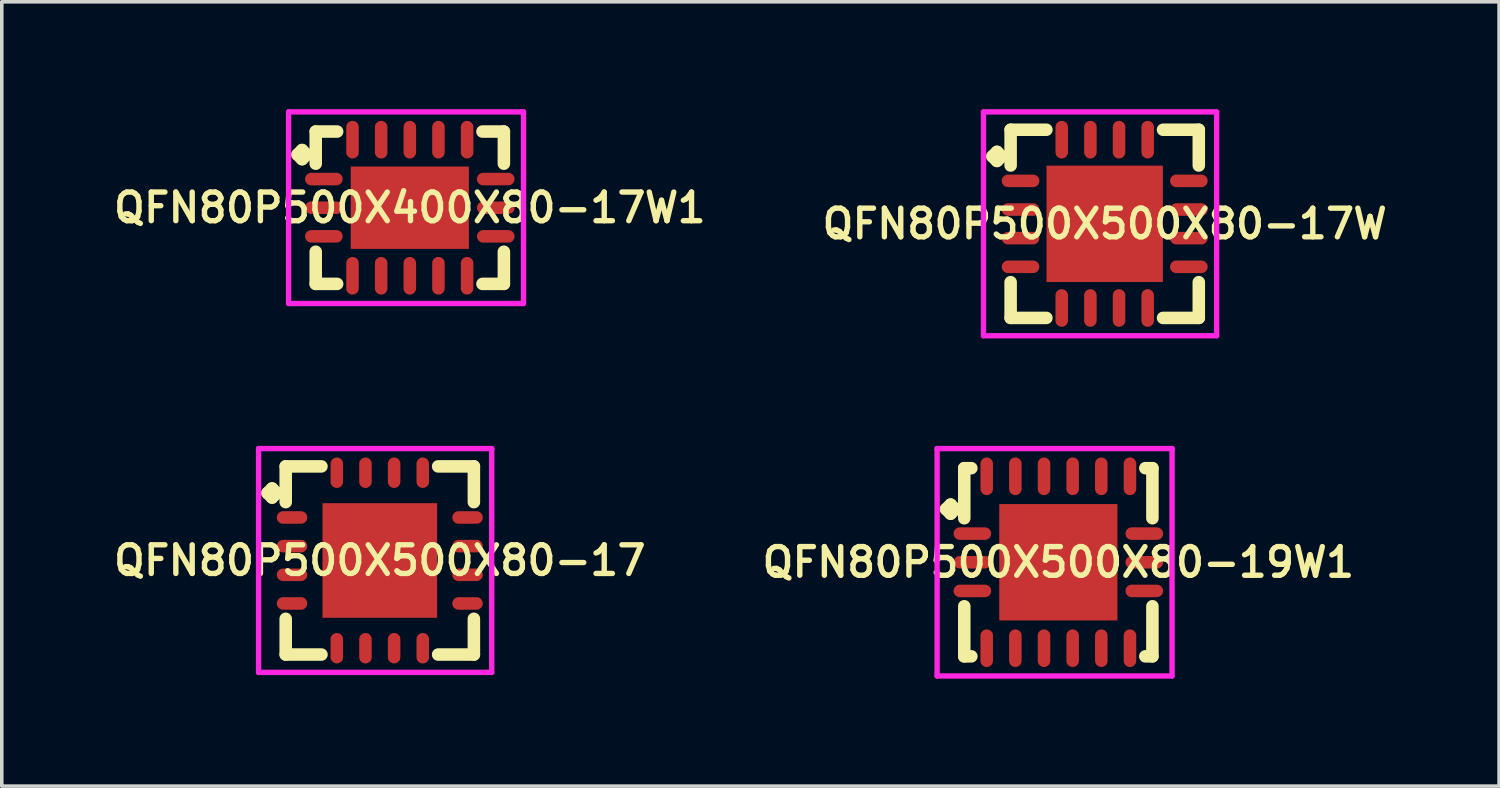
<source format=kicad_pcb>
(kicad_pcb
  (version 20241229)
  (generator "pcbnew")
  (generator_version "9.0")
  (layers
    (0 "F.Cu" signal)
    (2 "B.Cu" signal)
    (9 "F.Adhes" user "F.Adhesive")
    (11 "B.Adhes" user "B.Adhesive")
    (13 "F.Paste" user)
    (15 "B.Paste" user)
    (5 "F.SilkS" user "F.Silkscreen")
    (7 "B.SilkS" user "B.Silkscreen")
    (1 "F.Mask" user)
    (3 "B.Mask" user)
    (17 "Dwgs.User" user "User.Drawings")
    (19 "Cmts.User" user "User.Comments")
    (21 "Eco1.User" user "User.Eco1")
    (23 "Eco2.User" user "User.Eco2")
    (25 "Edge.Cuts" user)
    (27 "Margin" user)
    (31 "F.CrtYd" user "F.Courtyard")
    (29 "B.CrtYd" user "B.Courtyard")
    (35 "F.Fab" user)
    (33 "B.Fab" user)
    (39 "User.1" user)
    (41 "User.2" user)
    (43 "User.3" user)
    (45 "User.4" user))
  (footprint "QFN80P500X500X80-17"
    (layer "F.Cu")
    (at 7.555 12.6)
    (property "Reference" "QFN80P500X500X80-17" (at 0 0 0) (layer "F.SilkS") (effects (font (size 0.8 0.8) (thickness 0.15))))
    (attr smd)
    (fp_line (start -3.135 -1.883) (end -3.008 -2.01) (stroke (width 0.35) (type solid)) (layer "F.SilkS"))
    (fp_line (start -3.008 -2.01) (end -2.881 -1.883) (stroke (width 0.35) (type solid)) (layer "F.SilkS"))
    (fp_line (start -3.008 -1.756) (end -3.135 -1.883) (stroke (width 0.35) (type solid)) (layer "F.SilkS"))
    (fp_line (start -2.881 -1.883) (end -3.008 -1.756) (stroke (width 0.35) (type solid)) (layer "F.SilkS"))
    (fp_line (start -2.627 -2.627) (end -1.629 -2.627) (stroke (width 0.35) (type solid)) (layer "F.SilkS"))
    (fp_line (start -2.627 -1.629) (end -2.627 -2.627) (stroke (width 0.35) (type solid)) (layer "F.SilkS"))
    (fp_line (start -2.627 1.629) (end -2.627 2.627) (stroke (width 0.35) (type solid)) (layer "F.SilkS"))
    (fp_line (start -2.627 2.627) (end -1.629 2.627) (stroke (width 0.35) (type solid)) (layer "F.SilkS"))
    (fp_line (start 1.629 -2.627) (end 2.627 -2.627) (stroke (width 0.35) (type solid)) (layer "F.SilkS"))
    (fp_line (start 1.629 2.627) (end 2.627 2.627) (stroke (width 0.35) (type solid)) (layer "F.SilkS"))
    (fp_line (start 2.627 -2.627) (end 2.627 -1.629) (stroke (width 0.35) (type solid)) (layer "F.SilkS"))
    (fp_line (start 2.627 2.627) (end 2.627 1.629) (stroke (width 0.35) (type solid)) (layer "F.SilkS"))
    (fp_line (start -3.385 -3.125) (end 3.125 -3.125) (stroke (width 0.15) (type solid)) (layer "F.CrtYd"))
    (fp_line (start -3.385 3.125) (end -3.385 -3.125) (stroke (width 0.15) (type solid)) (layer "F.CrtYd"))
    (fp_line (start 3.125 -3.125) (end 3.125 3.125) (stroke (width 0.15) (type solid)) (layer "F.CrtYd"))
    (fp_line (start 3.125 3.125) (end -3.385 3.125) (stroke (width 0.15) (type solid)) (layer "F.CrtYd"))
    (pad "1" smd oval (at -2.45 -1.2) (size 0.85 0.35) (layers "F.Cu" "F.Mask" "F.Paste"))
    (pad "2" smd oval (at -2.45 -0.4) (size 0.85 0.35) (layers "F.Cu" "F.Mask" "F.Paste"))
    (pad "3" smd oval (at -2.45 0.4) (size 0.85 0.35) (layers "F.Cu" "F.Mask" "F.Paste"))
    (pad "4" smd oval (at -2.45 1.2) (size 0.85 0.35) (layers "F.Cu" "F.Mask" "F.Paste"))
    (pad "5" smd oval (at -1.2 2.45) (size 0.35 0.85) (layers "F.Cu" "F.Mask" "F.Paste"))
    (pad "6" smd oval (at -0.4 2.45) (size 0.35 0.85) (layers "F.Cu" "F.Mask" "F.Paste"))
    (pad "7" smd oval (at 0.4 2.45) (size 0.35 0.85) (layers "F.Cu" "F.Mask" "F.Paste"))
    (pad "8" smd oval (at 1.2 2.45) (size 0.35 0.85) (layers "F.Cu" "F.Mask" "F.Paste"))
    (pad "9" smd oval (at 2.45 1.2) (size 0.85 0.35) (layers "F.Cu" "F.Mask" "F.Paste"))
    (pad "10" smd oval (at 2.45 0.4) (size 0.85 0.35) (layers "F.Cu" "F.Mask" "F.Paste"))
    (pad "11" smd oval (at 2.45 -0.4) (size 0.85 0.35) (layers "F.Cu" "F.Mask" "F.Paste"))
    (pad "12" smd oval (at 2.45 -1.2) (size 0.85 0.35) (layers "F.Cu" "F.Mask" "F.Paste"))
    (pad "13" smd oval (at 1.2 -2.45) (size 0.35 0.85) (layers "F.Cu" "F.Mask" "F.Paste"))
    (pad "14" smd oval (at 0.4 -2.45) (size 0.35 0.85) (layers "F.Cu" "F.Mask" "F.Paste"))
    (pad "15" smd oval (at -0.4 -2.45) (size 0.35 0.85) (layers "F.Cu" "F.Mask" "F.Paste"))
    (pad "16" smd oval (at -1.2 -2.45) (size 0.35 0.85) (layers "F.Cu" "F.Mask" "F.Paste"))
    (pad "17" smd rect (at 0 0) (size 3.2 3.2) (layers "F.Cu" "F.Mask" "F.Paste")))
  (footprint "QFN80P500X500X80-19W1"
    (layer "F.Cu")
    (at 26.502 12.65)
    (property "Reference" "QFN80P500X500X80-19W1" (at 0 0 0) (layer "F.SilkS") (effects (font (size 0.8 0.8) (thickness 0.15))))
    (attr smd)
    (fp_line (start -3.135 -1.483) (end -3.008 -1.61) (stroke (width 0.35) (type solid)) (layer "F.SilkS"))
    (fp_line (start -3.008 -1.61) (end -2.881 -1.483) (stroke (width 0.35) (type solid)) (layer "F.SilkS"))
    (fp_line (start -3.008 -1.356) (end -3.135 -1.483) (stroke (width 0.35) (type solid)) (layer "F.SilkS"))
    (fp_line (start -2.881 -1.483) (end -3.008 -1.356) (stroke (width 0.35) (type solid)) (layer "F.SilkS"))
    (fp_line (start -2.627 -2.627) (end -2.429 -2.627) (stroke (width 0.35) (type solid)) (layer "F.SilkS"))
    (fp_line (start -2.627 -1.229) (end -2.627 -2.627) (stroke (width 0.35) (type solid)) (layer "F.SilkS"))
    (fp_line (start -2.627 1.229) (end -2.627 2.627) (stroke (width 0.35) (type solid)) (layer "F.SilkS"))
    (fp_line (start -2.627 2.627) (end -2.429 2.627) (stroke (width 0.35) (type solid)) (layer "F.SilkS"))
    (fp_line (start 2.429 -2.627) (end 2.627 -2.627) (stroke (width 0.35) (type solid)) (layer "F.SilkS"))
    (fp_line (start 2.429 2.627) (end 2.627 2.627) (stroke (width 0.35) (type solid)) (layer "F.SilkS"))
    (fp_line (start 2.627 -2.627) (end 2.627 -1.229) (stroke (width 0.35) (type solid)) (layer "F.SilkS"))
    (fp_line (start 2.627 2.627) (end 2.627 1.229) (stroke (width 0.35) (type solid)) (layer "F.SilkS"))
    (fp_line (start -3.385 -3.175) (end 3.175 -3.175) (stroke (width 0.15) (type solid)) (layer "F.CrtYd"))
    (fp_line (start -3.385 3.175) (end -3.385 -3.175) (stroke (width 0.15) (type solid)) (layer "F.CrtYd"))
    (fp_line (start 3.175 -3.175) (end 3.175 3.175) (stroke (width 0.15) (type solid)) (layer "F.CrtYd"))
    (fp_line (start 3.175 3.175) (end -3.385 3.175) (stroke (width 0.15) (type solid)) (layer "F.CrtYd"))
    (pad "1" smd oval (at -2.4 -0.8) (size 1.05 0.35) (layers "F.Cu" "F.Mask" "F.Paste"))
    (pad "2" smd oval (at -2.4 0) (size 1.05 0.35) (layers "F.Cu" "F.Mask" "F.Paste"))
    (pad "3" smd oval (at -2.4 0.8) (size 1.05 0.35) (layers "F.Cu" "F.Mask" "F.Paste"))
    (pad "4" smd oval (at -2 2.4) (size 0.35 1.05) (layers "F.Cu" "F.Mask" "F.Paste"))
    (pad "5" smd oval (at -1.2 2.4) (size 0.35 1.05) (layers "F.Cu" "F.Mask" "F.Paste"))
    (pad "6" smd oval (at -0.4 2.4) (size 0.35 1.05) (layers "F.Cu" "F.Mask" "F.Paste"))
    (pad "7" smd oval (at 0.4 2.4) (size 0.35 1.05) (layers "F.Cu" "F.Mask" "F.Paste"))
    (pad "8" smd oval (at 1.2 2.4) (size 0.35 1.05) (layers "F.Cu" "F.Mask" "F.Paste"))
    (pad "9" smd oval (at 2 2.4) (size 0.35 1.05) (layers "F.Cu" "F.Mask" "F.Paste"))
    (pad "10" smd oval (at 2.4 0.8) (size 1.05 0.35) (layers "F.Cu" "F.Mask" "F.Paste"))
    (pad "11" smd oval (at 2.4 0) (size 1.05 0.35) (layers "F.Cu" "F.Mask" "F.Paste"))
    (pad "12" smd oval (at 2.4 -0.8) (size 1.05 0.35) (layers "F.Cu" "F.Mask" "F.Paste"))
    (pad "13" smd oval (at 2 -2.4) (size 0.35 1.05) (layers "F.Cu" "F.Mask" "F.Paste"))
    (pad "14" smd oval (at 1.2 -2.4) (size 0.35 1.05) (layers "F.Cu" "F.Mask" "F.Paste"))
    (pad "15" smd oval (at 0.4 -2.4) (size 0.35 1.05) (layers "F.Cu" "F.Mask" "F.Paste"))
    (pad "16" smd oval (at -0.4 -2.4) (size 0.35 1.05) (layers "F.Cu" "F.Mask" "F.Paste"))
    (pad "17" smd oval (at -1.2 -2.4) (size 0.35 1.05) (layers "F.Cu" "F.Mask" "F.Paste"))
    (pad "18" smd oval (at -2 -2.4) (size 0.35 1.05) (layers "F.Cu" "F.Mask" "F.Paste"))
    (pad "19" smd rect (at 0 0) (size 3.3 3.25) (layers "F.Cu" "F.Mask" "F.Paste")))
  (footprint "QFN80P500X400X80-17W1"
    (layer "F.Cu")
    (at 8.393 2.75)
    (property "Reference" "QFN80P500X400X80-17W1" (at 0 0 0) (layer "F.SilkS") (effects (font (size 0.8 0.8) (thickness 0.15))))
    (attr smd)
    (fp_line (start -3.135 -1.483) (end -3.008 -1.61) (stroke (width 0.35) (type solid)) (layer "F.SilkS"))
    (fp_line (start -3.008 -1.61) (end -2.881 -1.483) (stroke (width 0.35) (type solid)) (layer "F.SilkS"))
    (fp_line (start -3.008 -1.356) (end -3.135 -1.483) (stroke (width 0.35) (type solid)) (layer "F.SilkS"))
    (fp_line (start -2.881 -1.483) (end -3.008 -1.356) (stroke (width 0.35) (type solid)) (layer "F.SilkS"))
    (fp_line (start -2.627 -2.127) (end -2.029 -2.127) (stroke (width 0.35) (type solid)) (layer "F.SilkS"))
    (fp_line (start -2.627 -1.229) (end -2.627 -2.127) (stroke (width 0.35) (type solid)) (layer "F.SilkS"))
    (fp_line (start -2.627 1.229) (end -2.627 2.127) (stroke (width 0.35) (type solid)) (layer "F.SilkS"))
    (fp_line (start -2.627 2.127) (end -2.029 2.127) (stroke (width 0.35) (type solid)) (layer "F.SilkS"))
    (fp_line (start 2.029 -2.127) (end 2.627 -2.127) (stroke (width 0.35) (type solid)) (layer "F.SilkS"))
    (fp_line (start 2.029 2.127) (end 2.627 2.127) (stroke (width 0.35) (type solid)) (layer "F.SilkS"))
    (fp_line (start 2.627 -2.127) (end 2.627 -1.229) (stroke (width 0.35) (type solid)) (layer "F.SilkS"))
    (fp_line (start 2.627 2.127) (end 2.627 1.229) (stroke (width 0.35) (type solid)) (layer "F.SilkS"))
    (fp_line (start -3.385 -2.675) (end 3.175 -2.675) (stroke (width 0.15) (type solid)) (layer "F.CrtYd"))
    (fp_line (start -3.385 2.675) (end -3.385 -2.675) (stroke (width 0.15) (type solid)) (layer "F.CrtYd"))
    (fp_line (start 3.175 -2.675) (end 3.175 2.675) (stroke (width 0.15) (type solid)) (layer "F.CrtYd"))
    (fp_line (start 3.175 2.675) (end -3.385 2.675) (stroke (width 0.15) (type solid)) (layer "F.CrtYd"))
    (pad "1" smd oval (at -2.4 -0.8) (size 1.05 0.35) (layers "F.Cu" "F.Mask" "F.Paste"))
    (pad "2" smd oval (at -2.4 0) (size 1.05 0.35) (layers "F.Cu" "F.Mask" "F.Paste"))
    (pad "3" smd oval (at -2.4 0.8) (size 1.05 0.35) (layers "F.Cu" "F.Mask" "F.Paste"))
    (pad "4" smd oval (at -1.6 1.9) (size 0.35 1.05) (layers "F.Cu" "F.Mask" "F.Paste"))
    (pad "5" smd oval (at -0.8 1.9) (size 0.35 1.05) (layers "F.Cu" "F.Mask" "F.Paste"))
    (pad "6" smd oval (at 0 1.9) (size 0.35 1.05) (layers "F.Cu" "F.Mask" "F.Paste"))
    (pad "7" smd oval (at 0.8 1.9) (size 0.35 1.05) (layers "F.Cu" "F.Mask" "F.Paste"))
    (pad "8" smd oval (at 1.6 1.9) (size 0.35 1.05) (layers "F.Cu" "F.Mask" "F.Paste"))
    (pad "9" smd oval (at 2.4 0.8) (size 1.05 0.35) (layers "F.Cu" "F.Mask" "F.Paste"))
    (pad "10" smd oval (at 2.4 0) (size 1.05 0.35) (layers "F.Cu" "F.Mask" "F.Paste"))
    (pad "11" smd oval (at 2.4 -0.8) (size 1.05 0.35) (layers "F.Cu" "F.Mask" "F.Paste"))
    (pad "12" smd oval (at 1.6 -1.9) (size 0.35 1.05) (layers "F.Cu" "F.Mask" "F.Paste"))
    (pad "13" smd oval (at 0.8 -1.9) (size 0.35 1.05) (layers "F.Cu" "F.Mask" "F.Paste"))
    (pad "14" smd oval (at 0 -1.9) (size 0.35 1.05) (layers "F.Cu" "F.Mask" "F.Paste"))
    (pad "15" smd oval (at -0.8 -1.9) (size 0.35 1.05) (layers "F.Cu" "F.Mask" "F.Paste"))
    (pad "16" smd oval (at -1.6 -1.9) (size 0.35 1.05) (layers "F.Cu" "F.Mask" "F.Paste"))
    (pad "17" smd rect (at 0 0) (size 3.3 2.3) (layers "F.Cu" "F.Mask" "F.Paste")))
  (footprint "QFN80P500X500X80-17W"
    (layer "F.Cu")
    (at 27.797 3.2)
    (property "Reference" "QFN80P500X500X80-17W" (at 0 0 0) (layer "F.SilkS") (effects (font (size 0.8 0.8) (thickness 0.15))))
    (attr smd)
    (fp_line (start -3.135 -1.883) (end -3.008 -2.01) (stroke (width 0.35) (type solid)) (layer "F.SilkS"))
    (fp_line (start -3.008 -2.01) (end -2.881 -1.883) (stroke (width 0.35) (type solid)) (layer "F.SilkS"))
    (fp_line (start -3.008 -1.756) (end -3.135 -1.883) (stroke (width 0.35) (type solid)) (layer "F.SilkS"))
    (fp_line (start -2.881 -1.883) (end -3.008 -1.756) (stroke (width 0.35) (type solid)) (layer "F.SilkS"))
    (fp_line (start -2.627 -2.627) (end -1.629 -2.627) (stroke (width 0.35) (type solid)) (layer "F.SilkS"))
    (fp_line (start -2.627 -1.629) (end -2.627 -2.627) (stroke (width 0.35) (type solid)) (layer "F.SilkS"))
    (fp_line (start -2.627 1.629) (end -2.627 2.627) (stroke (width 0.35) (type solid)) (layer "F.SilkS"))
    (fp_line (start -2.627 2.627) (end -1.629 2.627) (stroke (width 0.35) (type solid)) (layer "F.SilkS"))
    (fp_line (start 1.629 -2.627) (end 2.627 -2.627) (stroke (width 0.35) (type solid)) (layer "F.SilkS"))
    (fp_line (start 1.629 2.627) (end 2.627 2.627) (stroke (width 0.35) (type solid)) (layer "F.SilkS"))
    (fp_line (start 2.627 -2.627) (end 2.627 -1.629) (stroke (width 0.35) (type solid)) (layer "F.SilkS"))
    (fp_line (start 2.627 2.627) (end 2.627 1.629) (stroke (width 0.35) (type solid)) (layer "F.SilkS"))
    (fp_line (start -3.385 -3.125) (end 3.125 -3.125) (stroke (width 0.15) (type solid)) (layer "F.CrtYd"))
    (fp_line (start -3.385 3.125) (end -3.385 -3.125) (stroke (width 0.15) (type solid)) (layer "F.CrtYd"))
    (fp_line (start 3.125 -3.125) (end 3.125 3.125) (stroke (width 0.15) (type solid)) (layer "F.CrtYd"))
    (fp_line (start 3.125 3.125) (end -3.385 3.125) (stroke (width 0.15) (type solid)) (layer "F.CrtYd"))
    (pad "1" smd oval (at -2.35 -1.2) (size 1.05 0.35) (layers "F.Cu" "F.Mask" "F.Paste"))
    (pad "2" smd oval (at -2.35 -0.4) (size 1.05 0.35) (layers "F.Cu" "F.Mask" "F.Paste"))
    (pad "3" smd oval (at -2.35 0.4) (size 1.05 0.35) (layers "F.Cu" "F.Mask" "F.Paste"))
    (pad "4" smd oval (at -2.35 1.2) (size 1.05 0.35) (layers "F.Cu" "F.Mask" "F.Paste"))
    (pad "5" smd oval (at -1.2 2.35) (size 0.35 1.05) (layers "F.Cu" "F.Mask" "F.Paste"))
    (pad "6" smd oval (at -0.4 2.35) (size 0.35 1.05) (layers "F.Cu" "F.Mask" "F.Paste"))
    (pad "7" smd oval (at 0.4 2.35) (size 0.35 1.05) (layers "F.Cu" "F.Mask" "F.Paste"))
    (pad "8" smd oval (at 1.2 2.35) (size 0.35 1.05) (layers "F.Cu" "F.Mask" "F.Paste"))
    (pad "9" smd oval (at 2.35 1.2) (size 1.05 0.35) (layers "F.Cu" "F.Mask" "F.Paste"))
    (pad "10" smd oval (at 2.35 0.4) (size 1.05 0.35) (layers "F.Cu" "F.Mask" "F.Paste"))
    (pad "11" smd oval (at 2.35 -0.4) (size 1.05 0.35) (layers "F.Cu" "F.Mask" "F.Paste"))
    (pad "12" smd oval (at 2.35 -1.2) (size 1.05 0.35) (layers "F.Cu" "F.Mask" "F.Paste"))
    (pad "13" smd oval (at 1.2 -2.35) (size 0.35 1.05) (layers "F.Cu" "F.Mask" "F.Paste"))
    (pad "14" smd oval (at 0.4 -2.35) (size 0.35 1.05) (layers "F.Cu" "F.Mask" "F.Paste"))
    (pad "15" smd oval (at -0.4 -2.35) (size 0.35 1.05) (layers "F.Cu" "F.Mask" "F.Paste"))
    (pad "16" smd oval (at -1.2 -2.35) (size 0.35 1.05) (layers "F.Cu" "F.Mask" "F.Paste"))
    (pad "17" smd rect (at 0 0) (size 3.25 3.25) (layers "F.Cu" "F.Mask" "F.Paste")))
  (gr_rect
    (start -3 -3)
    (end 38.809 18.9)
    (stroke (width 0.1) (type default))
    (fill no)
    (layer "Edge.Cuts")))
</source>
